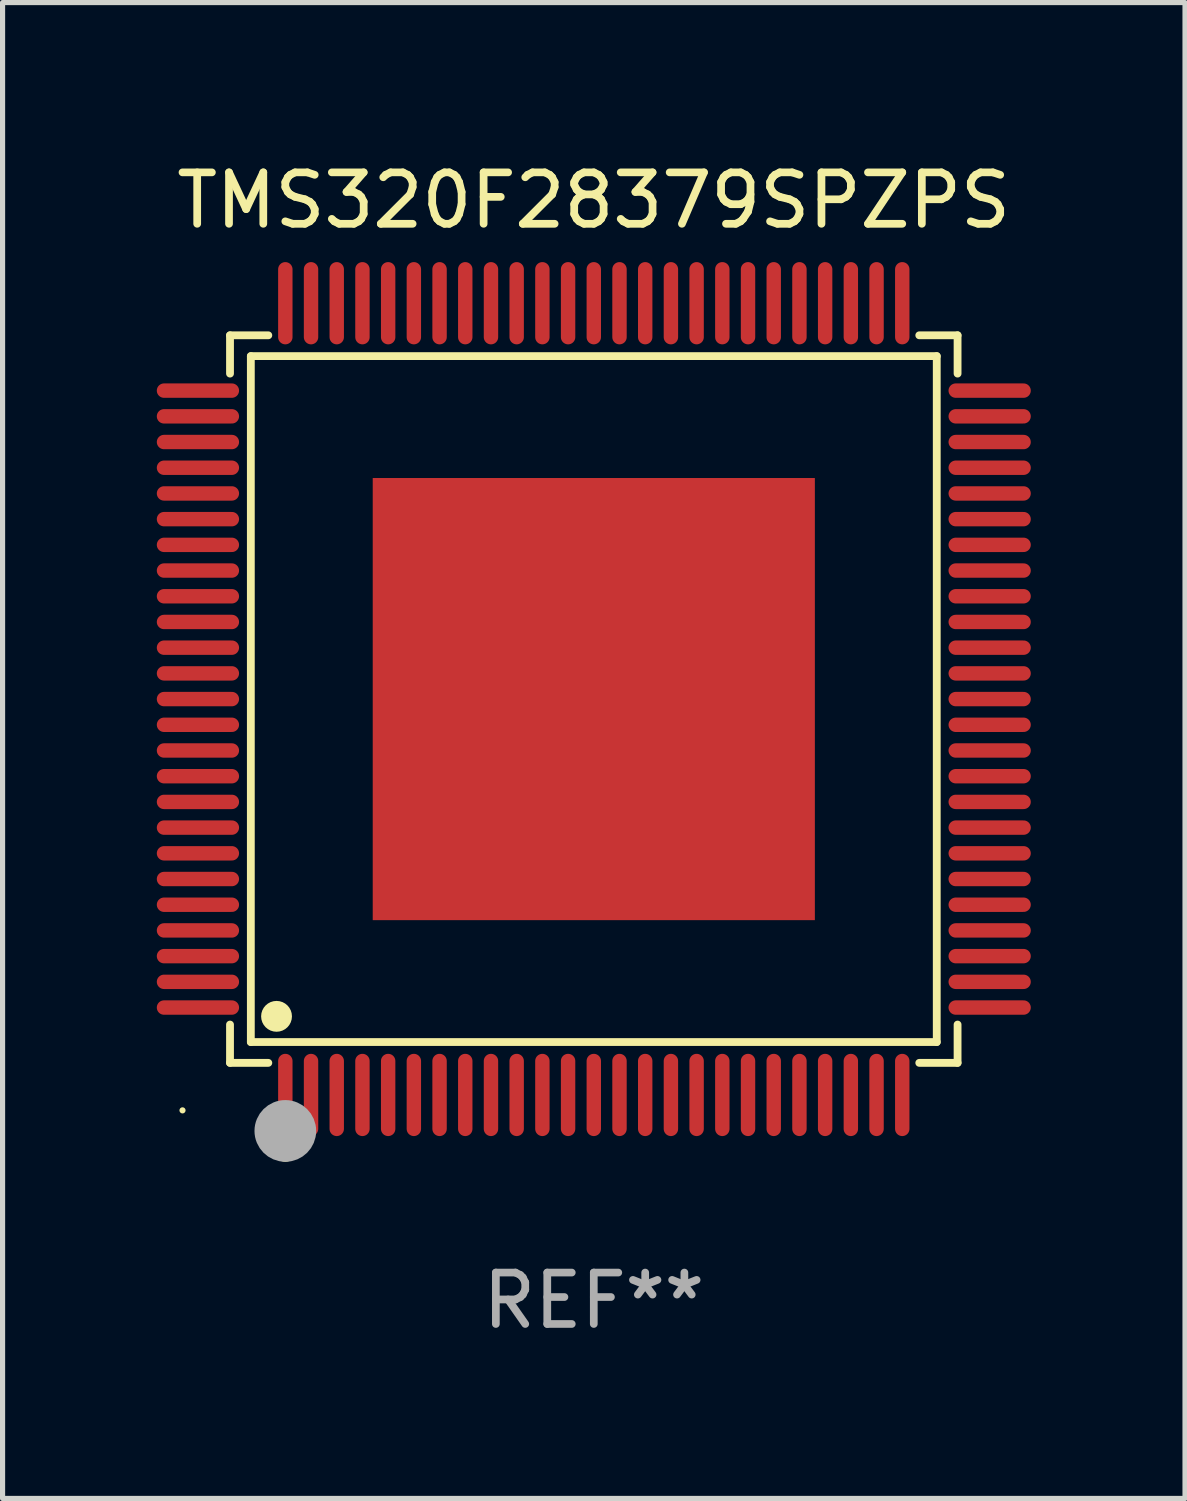
<source format=kicad_pcb>
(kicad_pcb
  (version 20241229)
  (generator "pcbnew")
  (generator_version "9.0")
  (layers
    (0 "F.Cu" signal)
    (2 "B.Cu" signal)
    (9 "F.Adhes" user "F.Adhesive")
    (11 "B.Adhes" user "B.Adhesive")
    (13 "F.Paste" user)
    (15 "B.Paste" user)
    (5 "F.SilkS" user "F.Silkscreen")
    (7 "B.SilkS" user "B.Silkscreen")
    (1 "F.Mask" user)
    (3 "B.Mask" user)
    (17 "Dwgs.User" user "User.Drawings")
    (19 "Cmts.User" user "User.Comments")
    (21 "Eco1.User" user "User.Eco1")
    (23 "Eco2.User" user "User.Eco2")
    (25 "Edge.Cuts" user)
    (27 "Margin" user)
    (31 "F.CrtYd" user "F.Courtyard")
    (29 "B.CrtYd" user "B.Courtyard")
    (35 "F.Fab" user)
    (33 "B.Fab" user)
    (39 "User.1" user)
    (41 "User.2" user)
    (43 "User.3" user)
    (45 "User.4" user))
  (footprint "TMS320F28379SPZPS"
    (layer "F.Cu")
    (at 8.5 10.548)
    (property "Reference" "TMS320F28379SPZPS" (at 0 -9.7 0) (layer "F.SilkS") (effects (font (size 1 1) (thickness 0.15))))
    (attr through_hole)
    (fp_line (start -7.076 -7.076) (end -6.331 -7.076) (stroke (width 0.152) (type solid)) (layer "F.SilkS"))
    (fp_line (start -7.076 -6.331) (end -7.076 -7.076) (stroke (width 0.152) (type solid)) (layer "F.SilkS"))
    (fp_line (start -7.076 6.331) (end -7.076 7.076) (stroke (width 0.152) (type solid)) (layer "F.SilkS"))
    (fp_line (start -7.076 7.076) (end -6.331 7.076) (stroke (width 0.152) (type solid)) (layer "F.SilkS"))
    (fp_line (start -6.671 -6.671) (end 6.671 -6.671) (stroke (width 0.152) (type solid)) (layer "F.SilkS"))
    (fp_line (start -6.671 6.671) (end -6.671 -6.671) (stroke (width 0.152) (type solid)) (layer "F.SilkS"))
    (fp_line (start 6.671 -6.671) (end 6.671 6.671) (stroke (width 0.152) (type solid)) (layer "F.SilkS"))
    (fp_line (start 6.671 6.671) (end -6.671 6.671) (stroke (width 0.152) (type solid)) (layer "F.SilkS"))
    (fp_line (start 7.076 -7.076) (end 6.331 -7.076) (stroke (width 0.152) (type solid)) (layer "F.SilkS"))
    (fp_line (start 7.076 -6.331) (end 7.076 -7.076) (stroke (width 0.152) (type solid)) (layer "F.SilkS"))
    (fp_line (start 7.076 6.331) (end 7.076 7.076) (stroke (width 0.152) (type solid)) (layer "F.SilkS"))
    (fp_line (start 7.076 7.076) (end 6.331 7.076) (stroke (width 0.152) (type solid)) (layer "F.SilkS"))
    (fp_circle (center -8 8) (end -7.97 8) (stroke (width 0.06) (type solid)) (fill no) (layer "F.SilkS"))
    (fp_circle (center -6.171 6.171) (end -6.021 6.171) (stroke (width 0.3) (type solid)) (fill no) (layer "F.SilkS"))
    (fp_circle (center -6 8.8) (end -5.9 8.8) (stroke (width 0.2) (type solid)) (fill no) (layer "F.SilkS"))
    (fp_circle (center -6 8.4) (end -5.7 8.4) (stroke (width 0.6) (type solid)) (fill no) (layer "F.Fab"))
    (fp_text user "REF**" (at 0 11.7 0) (layer "F.Fab") (effects (font (size 1 1) (thickness 0.15))))
    (pad "1" smd oval (at -6 7.7) (size 0.28 1.6) (layers "F.Cu" "F.Mask" "F.Paste"))
    (pad "2" smd oval (at -5.5 7.7) (size 0.28 1.6) (layers "F.Cu" "F.Mask" "F.Paste"))
    (pad "3" smd oval (at -5 7.7) (size 0.28 1.6) (layers "F.Cu" "F.Mask" "F.Paste"))
    (pad "4" smd oval (at -4.5 7.7) (size 0.28 1.6) (layers "F.Cu" "F.Mask" "F.Paste"))
    (pad "5" smd oval (at -4 7.7) (size 0.28 1.6) (layers "F.Cu" "F.Mask" "F.Paste"))
    (pad "6" smd oval (at -3.5 7.7) (size 0.28 1.6) (layers "F.Cu" "F.Mask" "F.Paste"))
    (pad "7" smd oval (at -3 7.7) (size 0.28 1.6) (layers "F.Cu" "F.Mask" "F.Paste"))
    (pad "8" smd oval (at -2.5 7.7) (size 0.28 1.6) (layers "F.Cu" "F.Mask" "F.Paste"))
    (pad "9" smd oval (at -2 7.7) (size 0.28 1.6) (layers "F.Cu" "F.Mask" "F.Paste"))
    (pad "10" smd oval (at -1.5 7.7) (size 0.28 1.6) (layers "F.Cu" "F.Mask" "F.Paste"))
    (pad "11" smd oval (at -1 7.7) (size 0.28 1.6) (layers "F.Cu" "F.Mask" "F.Paste"))
    (pad "12" smd oval (at -0.5 7.7) (size 0.28 1.6) (layers "F.Cu" "F.Mask" "F.Paste"))
    (pad "13" smd oval (at 0 7.7) (size 0.28 1.6) (layers "F.Cu" "F.Mask" "F.Paste"))
    (pad "14" smd oval (at 0.5 7.7) (size 0.28 1.6) (layers "F.Cu" "F.Mask" "F.Paste"))
    (pad "15" smd oval (at 1 7.7) (size 0.28 1.6) (layers "F.Cu" "F.Mask" "F.Paste"))
    (pad "16" smd oval (at 1.5 7.7) (size 0.28 1.6) (layers "F.Cu" "F.Mask" "F.Paste"))
    (pad "17" smd oval (at 2 7.7) (size 0.28 1.6) (layers "F.Cu" "F.Mask" "F.Paste"))
    (pad "18" smd oval (at 2.5 7.7) (size 0.28 1.6) (layers "F.Cu" "F.Mask" "F.Paste"))
    (pad "19" smd oval (at 3 7.7) (size 0.28 1.6) (layers "F.Cu" "F.Mask" "F.Paste"))
    (pad "20" smd oval (at 3.5 7.7) (size 0.28 1.6) (layers "F.Cu" "F.Mask" "F.Paste"))
    (pad "21" smd oval (at 4 7.7) (size 0.28 1.6) (layers "F.Cu" "F.Mask" "F.Paste"))
    (pad "22" smd oval (at 4.5 7.7) (size 0.28 1.6) (layers "F.Cu" "F.Mask" "F.Paste"))
    (pad "23" smd oval (at 5 7.7) (size 0.28 1.6) (layers "F.Cu" "F.Mask" "F.Paste"))
    (pad "24" smd oval (at 5.5 7.7) (size 0.28 1.6) (layers "F.Cu" "F.Mask" "F.Paste"))
    (pad "25" smd oval (at 6 7.7) (size 0.28 1.6) (layers "F.Cu" "F.Mask" "F.Paste"))
    (pad "26" smd oval (at 7.7 6) (size 1.6 0.28) (layers "F.Cu" "F.Mask" "F.Paste"))
    (pad "27" smd oval (at 7.7 5.5) (size 1.6 0.28) (layers "F.Cu" "F.Mask" "F.Paste"))
    (pad "28" smd oval (at 7.7 5) (size 1.6 0.28) (layers "F.Cu" "F.Mask" "F.Paste"))
    (pad "29" smd oval (at 7.7 4.5) (size 1.6 0.28) (layers "F.Cu" "F.Mask" "F.Paste"))
    (pad "30" smd oval (at 7.7 4) (size 1.6 0.28) (layers "F.Cu" "F.Mask" "F.Paste"))
    (pad "31" smd oval (at 7.7 3.5) (size 1.6 0.28) (layers "F.Cu" "F.Mask" "F.Paste"))
    (pad "32" smd oval (at 7.7 3) (size 1.6 0.28) (layers "F.Cu" "F.Mask" "F.Paste"))
    (pad "33" smd oval (at 7.7 2.5) (size 1.6 0.28) (layers "F.Cu" "F.Mask" "F.Paste"))
    (pad "34" smd oval (at 7.7 2) (size 1.6 0.28) (layers "F.Cu" "F.Mask" "F.Paste"))
    (pad "35" smd oval (at 7.7 1.5) (size 1.6 0.28) (layers "F.Cu" "F.Mask" "F.Paste"))
    (pad "36" smd oval (at 7.7 1) (size 1.6 0.28) (layers "F.Cu" "F.Mask" "F.Paste"))
    (pad "37" smd oval (at 7.7 0.5) (size 1.6 0.28) (layers "F.Cu" "F.Mask" "F.Paste"))
    (pad "38" smd oval (at 7.7 0) (size 1.6 0.28) (layers "F.Cu" "F.Mask" "F.Paste"))
    (pad "39" smd oval (at 7.7 -0.5) (size 1.6 0.28) (layers "F.Cu" "F.Mask" "F.Paste"))
    (pad "40" smd oval (at 7.7 -1) (size 1.6 0.28) (layers "F.Cu" "F.Mask" "F.Paste"))
    (pad "41" smd oval (at 7.7 -1.5) (size 1.6 0.28) (layers "F.Cu" "F.Mask" "F.Paste"))
    (pad "42" smd oval (at 7.7 -2) (size 1.6 0.28) (layers "F.Cu" "F.Mask" "F.Paste"))
    (pad "43" smd oval (at 7.7 -2.5) (size 1.6 0.28) (layers "F.Cu" "F.Mask" "F.Paste"))
    (pad "44" smd oval (at 7.7 -3) (size 1.6 0.28) (layers "F.Cu" "F.Mask" "F.Paste"))
    (pad "45" smd oval (at 7.7 -3.5) (size 1.6 0.28) (layers "F.Cu" "F.Mask" "F.Paste"))
    (pad "46" smd oval (at 7.7 -4) (size 1.6 0.28) (layers "F.Cu" "F.Mask" "F.Paste"))
    (pad "47" smd oval (at 7.7 -4.5) (size 1.6 0.28) (layers "F.Cu" "F.Mask" "F.Paste"))
    (pad "48" smd oval (at 7.7 -5) (size 1.6 0.28) (layers "F.Cu" "F.Mask" "F.Paste"))
    (pad "49" smd oval (at 7.7 -5.5) (size 1.6 0.28) (layers "F.Cu" "F.Mask" "F.Paste"))
    (pad "50" smd oval (at 7.7 -6) (size 1.6 0.28) (layers "F.Cu" "F.Mask" "F.Paste"))
    (pad "51" smd oval (at 6 -7.7) (size 0.28 1.6) (layers "F.Cu" "F.Mask" "F.Paste"))
    (pad "52" smd oval (at 5.5 -7.7) (size 0.28 1.6) (layers "F.Cu" "F.Mask" "F.Paste"))
    (pad "53" smd oval (at 5 -7.7) (size 0.28 1.6) (layers "F.Cu" "F.Mask" "F.Paste"))
    (pad "54" smd oval (at 4.5 -7.7) (size 0.28 1.6) (layers "F.Cu" "F.Mask" "F.Paste"))
    (pad "55" smd oval (at 4 -7.7) (size 0.28 1.6) (layers "F.Cu" "F.Mask" "F.Paste"))
    (pad "56" smd oval (at 3.5 -7.7) (size 0.28 1.6) (layers "F.Cu" "F.Mask" "F.Paste"))
    (pad "57" smd oval (at 3 -7.7) (size 0.28 1.6) (layers "F.Cu" "F.Mask" "F.Paste"))
    (pad "58" smd oval (at 2.5 -7.7) (size 0.28 1.6) (layers "F.Cu" "F.Mask" "F.Paste"))
    (pad "59" smd oval (at 2 -7.7) (size 0.28 1.6) (layers "F.Cu" "F.Mask" "F.Paste"))
    (pad "60" smd oval (at 1.5 -7.7) (size 0.28 1.6) (layers "F.Cu" "F.Mask" "F.Paste"))
    (pad "61" smd oval (at 1 -7.7) (size 0.28 1.6) (layers "F.Cu" "F.Mask" "F.Paste"))
    (pad "62" smd oval (at 0.5 -7.7) (size 0.28 1.6) (layers "F.Cu" "F.Mask" "F.Paste"))
    (pad "63" smd oval (at 0 -7.7) (size 0.28 1.6) (layers "F.Cu" "F.Mask" "F.Paste"))
    (pad "64" smd oval (at -0.5 -7.7) (size 0.28 1.6) (layers "F.Cu" "F.Mask" "F.Paste"))
    (pad "65" smd oval (at -1 -7.7) (size 0.28 1.6) (layers "F.Cu" "F.Mask" "F.Paste"))
    (pad "66" smd oval (at -1.5 -7.7) (size 0.28 1.6) (layers "F.Cu" "F.Mask" "F.Paste"))
    (pad "67" smd oval (at -2 -7.7) (size 0.28 1.6) (layers "F.Cu" "F.Mask" "F.Paste"))
    (pad "68" smd oval (at -2.5 -7.7) (size 0.28 1.6) (layers "F.Cu" "F.Mask" "F.Paste"))
    (pad "69" smd oval (at -3 -7.7) (size 0.28 1.6) (layers "F.Cu" "F.Mask" "F.Paste"))
    (pad "70" smd oval (at -3.5 -7.7) (size 0.28 1.6) (layers "F.Cu" "F.Mask" "F.Paste"))
    (pad "71" smd oval (at -4 -7.7) (size 0.28 1.6) (layers "F.Cu" "F.Mask" "F.Paste"))
    (pad "72" smd oval (at -4.5 -7.7) (size 0.28 1.6) (layers "F.Cu" "F.Mask" "F.Paste"))
    (pad "73" smd oval (at -5 -7.7) (size 0.28 1.6) (layers "F.Cu" "F.Mask" "F.Paste"))
    (pad "74" smd oval (at -5.5 -7.7) (size 0.28 1.6) (layers "F.Cu" "F.Mask" "F.Paste"))
    (pad "75" smd oval (at -6 -7.7) (size 0.28 1.6) (layers "F.Cu" "F.Mask" "F.Paste"))
    (pad "76" smd oval (at -7.7 -6) (size 1.6 0.28) (layers "F.Cu" "F.Mask" "F.Paste"))
    (pad "77" smd oval (at -7.7 -5.5) (size 1.6 0.28) (layers "F.Cu" "F.Mask" "F.Paste"))
    (pad "78" smd oval (at -7.7 -5) (size 1.6 0.28) (layers "F.Cu" "F.Mask" "F.Paste"))
    (pad "79" smd oval (at -7.7 -4.5) (size 1.6 0.28) (layers "F.Cu" "F.Mask" "F.Paste"))
    (pad "80" smd oval (at -7.7 -4) (size 1.6 0.28) (layers "F.Cu" "F.Mask" "F.Paste"))
    (pad "81" smd oval (at -7.7 -3.5) (size 1.6 0.28) (layers "F.Cu" "F.Mask" "F.Paste"))
    (pad "82" smd oval (at -7.7 -3) (size 1.6 0.28) (layers "F.Cu" "F.Mask" "F.Paste"))
    (pad "83" smd oval (at -7.7 -2.5) (size 1.6 0.28) (layers "F.Cu" "F.Mask" "F.Paste"))
    (pad "84" smd oval (at -7.7 -2) (size 1.6 0.28) (layers "F.Cu" "F.Mask" "F.Paste"))
    (pad "85" smd oval (at -7.7 -1.5) (size 1.6 0.28) (layers "F.Cu" "F.Mask" "F.Paste"))
    (pad "86" smd oval (at -7.7 -1) (size 1.6 0.28) (layers "F.Cu" "F.Mask" "F.Paste"))
    (pad "87" smd oval (at -7.7 -0.5) (size 1.6 0.28) (layers "F.Cu" "F.Mask" "F.Paste"))
    (pad "88" smd oval (at -7.7 0) (size 1.6 0.28) (layers "F.Cu" "F.Mask" "F.Paste"))
    (pad "89" smd oval (at -7.7 0.5) (size 1.6 0.28) (layers "F.Cu" "F.Mask" "F.Paste"))
    (pad "90" smd oval (at -7.7 1) (size 1.6 0.28) (layers "F.Cu" "F.Mask" "F.Paste"))
    (pad "91" smd oval (at -7.7 1.5) (size 1.6 0.28) (layers "F.Cu" "F.Mask" "F.Paste"))
    (pad "92" smd oval (at -7.7 2) (size 1.6 0.28) (layers "F.Cu" "F.Mask" "F.Paste"))
    (pad "93" smd oval (at -7.7 2.5) (size 1.6 0.28) (layers "F.Cu" "F.Mask" "F.Paste"))
    (pad "94" smd oval (at -7.7 3) (size 1.6 0.28) (layers "F.Cu" "F.Mask" "F.Paste"))
    (pad "95" smd oval (at -7.7 3.5) (size 1.6 0.28) (layers "F.Cu" "F.Mask" "F.Paste"))
    (pad "96" smd oval (at -7.7 4) (size 1.6 0.28) (layers "F.Cu" "F.Mask" "F.Paste"))
    (pad "97" smd oval (at -7.7 4.5) (size 1.6 0.28) (layers "F.Cu" "F.Mask" "F.Paste"))
    (pad "98" smd oval (at -7.7 5) (size 1.6 0.28) (layers "F.Cu" "F.Mask" "F.Paste"))
    (pad "99" smd oval (at -7.7 5.5) (size 1.6 0.28) (layers "F.Cu" "F.Mask" "F.Paste"))
    (pad "100" smd oval (at -7.7 6) (size 1.6 0.28) (layers "F.Cu" "F.Mask" "F.Paste"))
    (pad "101" smd rect (at 0 0) (size 8.6 8.6) (layers "F.Cu" "F.Mask" "F.Paste")))
  (gr_rect
    (start -3 -3)
    (end 20 26.097)
    (stroke (width 0.1) (type default))
    (fill no)
    (layer "Edge.Cuts")))
</source>
